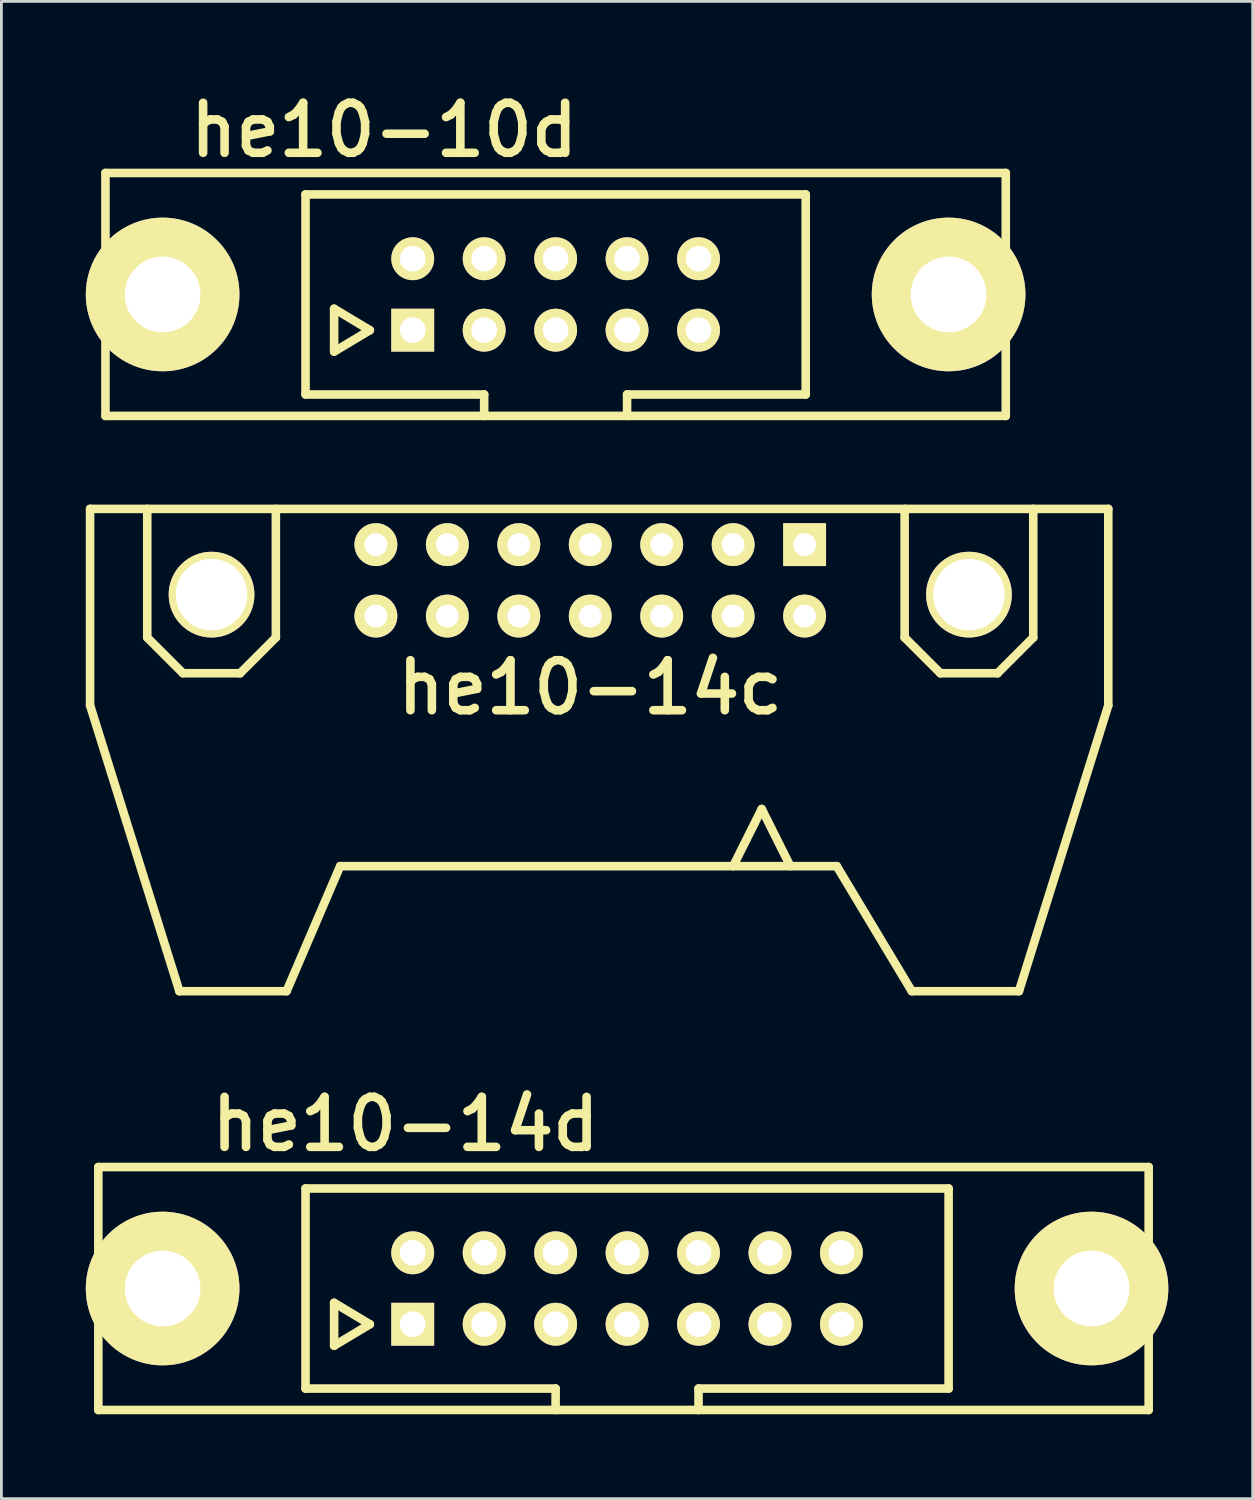
<source format=kicad_pcb>
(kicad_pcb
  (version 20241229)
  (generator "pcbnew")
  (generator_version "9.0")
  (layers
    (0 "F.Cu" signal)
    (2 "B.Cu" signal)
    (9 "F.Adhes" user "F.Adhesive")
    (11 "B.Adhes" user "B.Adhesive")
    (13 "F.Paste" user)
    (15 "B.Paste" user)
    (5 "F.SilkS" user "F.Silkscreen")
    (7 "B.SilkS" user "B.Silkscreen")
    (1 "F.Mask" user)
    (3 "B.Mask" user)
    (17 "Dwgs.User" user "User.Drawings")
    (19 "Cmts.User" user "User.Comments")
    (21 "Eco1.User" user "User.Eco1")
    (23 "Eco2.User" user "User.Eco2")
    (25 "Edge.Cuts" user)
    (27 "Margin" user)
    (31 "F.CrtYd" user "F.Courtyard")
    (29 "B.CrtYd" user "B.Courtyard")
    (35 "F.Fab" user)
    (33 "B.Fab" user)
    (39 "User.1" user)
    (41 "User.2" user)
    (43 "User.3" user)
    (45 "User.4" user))
  (footprint "he10-10d"
    (layer "F.Cu")
    (at 16.701 7.417)
    (property "Reference" "he10-10d" (at -6.096 -5.842 0) (layer "F.SilkS") (effects (font (size 1.778 1.778) (thickness 0.305))))
    (attr through_hole)
    (fp_line (start -16.002 -4.318) (end 16.002 -4.318) (stroke (width 0.305) (type solid)) (layer "F.SilkS"))
    (fp_line (start -16.002 4.318) (end -16.002 -4.318) (stroke (width 0.305) (type solid)) (layer "F.SilkS"))
    (fp_line (start -8.89 -3.556) (end 8.89 -3.556) (stroke (width 0.305) (type solid)) (layer "F.SilkS"))
    (fp_line (start -8.89 3.556) (end -8.89 -3.556) (stroke (width 0.305) (type solid)) (layer "F.SilkS"))
    (fp_line (start -7.874 0.508) (end -7.874 2.032) (stroke (width 0.305) (type solid)) (layer "F.SilkS"))
    (fp_line (start -7.874 2.032) (end -6.604 1.27) (stroke (width 0.305) (type solid)) (layer "F.SilkS"))
    (fp_line (start -6.604 1.27) (end -7.874 0.508) (stroke (width 0.305) (type solid)) (layer "F.SilkS"))
    (fp_line (start -2.54 3.556) (end -8.89 3.556) (stroke (width 0.305) (type solid)) (layer "F.SilkS"))
    (fp_line (start -2.54 4.318) (end -2.54 3.556) (stroke (width 0.305) (type solid)) (layer "F.SilkS"))
    (fp_line (start 2.54 3.556) (end 2.54 4.318) (stroke (width 0.305) (type solid)) (layer "F.SilkS"))
    (fp_line (start 8.89 3.556) (end 2.54 3.556) (stroke (width 0.305) (type solid)) (layer "F.SilkS"))
    (fp_line (start 8.89 3.556) (end 8.89 -3.556) (stroke (width 0.305) (type solid)) (layer "F.SilkS"))
    (fp_line (start 16.002 -4.318) (end 16.002 4.318) (stroke (width 0.305) (type solid)) (layer "F.SilkS"))
    (fp_line (start 16.002 4.318) (end -16.002 4.318) (stroke (width 0.305) (type solid)) (layer "F.SilkS"))
    (pad "" thru_hole circle (at -13.97 0) (size 5.461 5.461) (drill 2.692) (layers "*.Cu" "*.Mask" "F.SilkS"))
    (pad "" thru_hole circle (at 13.97 0) (size 5.461 5.461) (drill 2.692) (layers "*.Cu" "*.Mask" "F.SilkS"))
    (pad "1" thru_hole rect (at -5.08 1.27) (size 1.524 1.524) (drill 0.914) (layers "*.Cu" "*.Mask" "F.SilkS"))
    (pad "2" thru_hole circle (at -5.08 -1.27) (size 1.524 1.524) (drill 0.914) (layers "*.Cu" "*.Mask" "F.SilkS"))
    (pad "3" thru_hole circle (at -2.54 1.27) (size 1.524 1.524) (drill 0.914) (layers "*.Cu" "*.Mask" "F.SilkS"))
    (pad "4" thru_hole circle (at -2.54 -1.27) (size 1.524 1.524) (drill 0.914) (layers "*.Cu" "*.Mask" "F.SilkS"))
    (pad "5" thru_hole circle (at 0 1.27) (size 1.524 1.524) (drill 0.914) (layers "*.Cu" "*.Mask" "F.SilkS"))
    (pad "6" thru_hole circle (at 0 -1.27) (size 1.524 1.524) (drill 0.914) (layers "*.Cu" "*.Mask" "F.SilkS"))
    (pad "7" thru_hole circle (at 2.54 1.27) (size 1.524 1.524) (drill 0.914) (layers "*.Cu" "*.Mask" "F.SilkS"))
    (pad "8" thru_hole circle (at 2.54 -1.27) (size 1.524 1.524) (drill 0.914) (layers "*.Cu" "*.Mask" "F.SilkS"))
    (pad "9" thru_hole circle (at 5.08 1.27) (size 1.524 1.524) (drill 0.914) (layers "*.Cu" "*.Mask" "F.SilkS"))
    (pad "10" thru_hole circle (at 5.08 -1.27) (size 1.524 1.524) (drill 0.914) (layers "*.Cu" "*.Mask" "F.SilkS")))
  (footprint "he10-14d"
    (layer "F.Cu")
    (at 19.241 42.754)
    (property "Reference" "he10-14d" (at -7.874 -5.842 0) (layer "F.SilkS") (effects (font (size 1.778 1.778) (thickness 0.305))))
    (attr through_hole)
    (fp_line (start -18.796 -4.318) (end 18.542 -4.318) (stroke (width 0.305) (type solid)) (layer "F.SilkS"))
    (fp_line (start -18.796 4.318) (end -18.796 -4.318) (stroke (width 0.305) (type solid)) (layer "F.SilkS"))
    (fp_line (start -11.43 -3.556) (end 11.43 -3.556) (stroke (width 0.305) (type solid)) (layer "F.SilkS"))
    (fp_line (start -11.43 3.556) (end -11.43 -3.556) (stroke (width 0.305) (type solid)) (layer "F.SilkS"))
    (fp_line (start -10.414 0.508) (end -10.414 2.032) (stroke (width 0.305) (type solid)) (layer "F.SilkS"))
    (fp_line (start -10.414 2.032) (end -9.144 1.27) (stroke (width 0.305) (type solid)) (layer "F.SilkS"))
    (fp_line (start -9.144 1.27) (end -10.414 0.508) (stroke (width 0.305) (type solid)) (layer "F.SilkS"))
    (fp_line (start -2.54 3.556) (end -11.43 3.556) (stroke (width 0.305) (type solid)) (layer "F.SilkS"))
    (fp_line (start -2.54 4.318) (end -2.54 3.556) (stroke (width 0.305) (type solid)) (layer "F.SilkS"))
    (fp_line (start 2.54 3.556) (end 2.54 4.318) (stroke (width 0.305) (type solid)) (layer "F.SilkS"))
    (fp_line (start 11.43 -3.556) (end 11.43 3.556) (stroke (width 0.305) (type solid)) (layer "F.SilkS"))
    (fp_line (start 11.43 3.556) (end 2.54 3.556) (stroke (width 0.305) (type solid)) (layer "F.SilkS"))
    (fp_line (start 18.542 -4.318) (end 18.542 4.318) (stroke (width 0.305) (type solid)) (layer "F.SilkS"))
    (fp_line (start 18.542 4.318) (end -18.796 4.318) (stroke (width 0.305) (type solid)) (layer "F.SilkS"))
    (pad "0" thru_hole circle (at -16.51 0) (size 5.461 5.461) (drill 2.692) (layers "*.Cu" "*.Mask" "F.SilkS"))
    (pad "0" thru_hole circle (at 16.51 0) (size 5.461 5.461) (drill 2.692) (layers "*.Cu" "*.Mask" "F.SilkS"))
    (pad "1" thru_hole rect (at -7.62 1.27) (size 1.524 1.524) (drill 0.914) (layers "*.Cu" "*.Mask" "F.SilkS"))
    (pad "2" thru_hole circle (at -7.62 -1.27) (size 1.524 1.524) (drill 0.914) (layers "*.Cu" "*.Mask" "F.SilkS"))
    (pad "3" thru_hole circle (at -5.08 1.27) (size 1.524 1.524) (drill 0.914) (layers "*.Cu" "*.Mask" "F.SilkS"))
    (pad "4" thru_hole circle (at -5.08 -1.27) (size 1.524 1.524) (drill 0.914) (layers "*.Cu" "*.Mask" "F.SilkS"))
    (pad "5" thru_hole circle (at -2.54 1.27) (size 1.524 1.524) (drill 0.914) (layers "*.Cu" "*.Mask" "F.SilkS"))
    (pad "6" thru_hole circle (at -2.54 -1.27) (size 1.524 1.524) (drill 0.914) (layers "*.Cu" "*.Mask" "F.SilkS"))
    (pad "7" thru_hole circle (at 0 1.27) (size 1.524 1.524) (drill 0.914) (layers "*.Cu" "*.Mask" "F.SilkS"))
    (pad "8" thru_hole circle (at 0 -1.27) (size 1.524 1.524) (drill 0.914) (layers "*.Cu" "*.Mask" "F.SilkS"))
    (pad "9" thru_hole circle (at 2.54 1.27) (size 1.524 1.524) (drill 0.914) (layers "*.Cu" "*.Mask" "F.SilkS"))
    (pad "10" thru_hole circle (at 2.54 -1.27) (size 1.524 1.524) (drill 0.914) (layers "*.Cu" "*.Mask" "F.SilkS"))
    (pad "11" thru_hole circle (at 5.08 1.27) (size 1.524 1.524) (drill 0.914) (layers "*.Cu" "*.Mask" "F.SilkS"))
    (pad "12" thru_hole circle (at 5.08 -1.27) (size 1.524 1.524) (drill 0.914) (layers "*.Cu" "*.Mask" "F.SilkS"))
    (pad "13" thru_hole circle (at 7.62 1.27) (size 1.524 1.524) (drill 0.914) (layers "*.Cu" "*.Mask" "F.SilkS"))
    (pad "14" thru_hole circle (at 7.62 -1.27) (size 1.524 1.524) (drill 0.914) (layers "*.Cu" "*.Mask" "F.SilkS")))
  (footprint "he10-14c"
    (layer "F.Cu")
    (at 17.932 17.58)
    (property "Reference" "he10-14c" (at 0 3.81 0) (layer "F.SilkS") (effects (font (size 1.778 1.778) (thickness 0.305))))
    (attr through_hole)
    (fp_line (start -17.78 -2.54) (end -17.78 4.445) (stroke (width 0.305) (type solid)) (layer "F.SilkS"))
    (fp_line (start -17.78 -2.54) (end 18.415 -2.54) (stroke (width 0.305) (type solid)) (layer "F.SilkS"))
    (fp_line (start -17.78 4.445) (end -14.605 14.605) (stroke (width 0.305) (type solid)) (layer "F.SilkS"))
    (fp_line (start -15.748 2.032) (end -15.748 -2.54) (stroke (width 0.305) (type solid)) (layer "F.SilkS"))
    (fp_line (start -14.605 14.605) (end -10.795 14.605) (stroke (width 0.305) (type solid)) (layer "F.SilkS"))
    (fp_line (start -14.478 3.302) (end -15.748 2.032) (stroke (width 0.305) (type solid)) (layer "F.SilkS"))
    (fp_line (start -12.446 3.302) (end -14.478 3.302) (stroke (width 0.305) (type solid)) (layer "F.SilkS"))
    (fp_line (start -11.176 -2.54) (end -11.176 2.032) (stroke (width 0.305) (type solid)) (layer "F.SilkS"))
    (fp_line (start -11.176 2.032) (end -12.446 3.302) (stroke (width 0.305) (type solid)) (layer "F.SilkS"))
    (fp_line (start -10.795 14.605) (end -8.89 10.16) (stroke (width 0.305) (type solid)) (layer "F.SilkS"))
    (fp_line (start -8.89 10.16) (end 8.763 10.16) (stroke (width 0.305) (type solid)) (layer "F.SilkS"))
    (fp_line (start 6.096 8.128) (end 5.08 10.16) (stroke (width 0.305) (type solid)) (layer "F.SilkS"))
    (fp_line (start 7.112 10.16) (end 6.096 8.128) (stroke (width 0.305) (type solid)) (layer "F.SilkS"))
    (fp_line (start 11.176 2.032) (end 11.176 -2.54) (stroke (width 0.305) (type solid)) (layer "F.SilkS"))
    (fp_line (start 11.43 14.605) (end 8.763 10.16) (stroke (width 0.305) (type solid)) (layer "F.SilkS"))
    (fp_line (start 12.446 3.302) (end 11.176 2.032) (stroke (width 0.305) (type solid)) (layer "F.SilkS"))
    (fp_line (start 14.478 3.302) (end 12.446 3.302) (stroke (width 0.305) (type solid)) (layer "F.SilkS"))
    (fp_line (start 15.24 14.605) (end 11.43 14.605) (stroke (width 0.305) (type solid)) (layer "F.SilkS"))
    (fp_line (start 15.748 -2.54) (end 15.748 2.032) (stroke (width 0.305) (type solid)) (layer "F.SilkS"))
    (fp_line (start 15.748 2.032) (end 14.478 3.302) (stroke (width 0.305) (type solid)) (layer "F.SilkS"))
    (fp_line (start 18.415 -2.54) (end 18.415 4.445) (stroke (width 0.305) (type solid)) (layer "F.SilkS"))
    (fp_line (start 18.415 4.445) (end 15.24 14.605) (stroke (width 0.305) (type solid)) (layer "F.SilkS"))
    (pad "0" thru_hole circle (at -13.462 0.508) (size 3.048 3.048) (drill 2.54) (layers "*.Cu" "*.Mask" "F.SilkS"))
    (pad "0" thru_hole circle (at 13.462 0.508) (size 3.048 3.048) (drill 2.54) (layers "*.Cu" "*.Mask" "F.SilkS"))
    (pad "1" thru_hole rect (at 7.62 -1.27) (size 1.524 1.524) (drill 0.813) (layers "*.Cu" "*.Mask" "F.SilkS"))
    (pad "2" thru_hole circle (at 7.62 1.27) (size 1.524 1.524) (drill 0.813) (layers "*.Cu" "*.Mask" "F.SilkS"))
    (pad "3" thru_hole circle (at 5.08 -1.27) (size 1.524 1.524) (drill 0.813) (layers "*.Cu" "*.Mask" "F.SilkS"))
    (pad "4" thru_hole circle (at 5.08 1.27) (size 1.524 1.524) (drill 0.813) (layers "*.Cu" "*.Mask" "F.SilkS"))
    (pad "5" thru_hole circle (at 2.54 -1.27) (size 1.524 1.524) (drill 0.813) (layers "*.Cu" "*.Mask" "F.SilkS"))
    (pad "6" thru_hole circle (at 0 1.27) (size 1.524 1.524) (drill 0.813) (layers "*.Cu" "*.Mask" "F.SilkS"))
    (pad "7" thru_hole circle (at 0 -1.27) (size 1.524 1.524) (drill 0.813) (layers "*.Cu" "*.Mask" "F.SilkS"))
    (pad "8" thru_hole circle (at 2.54 1.27) (size 1.524 1.524) (drill 0.813) (layers "*.Cu" "*.Mask" "F.SilkS"))
    (pad "9" thru_hole circle (at -2.54 -1.27) (size 1.524 1.524) (drill 0.813) (layers "*.Cu" "*.Mask" "F.SilkS"))
    (pad "10" thru_hole circle (at -2.54 1.27) (size 1.524 1.524) (drill 0.813) (layers "*.Cu" "*.Mask" "F.SilkS"))
    (pad "11" thru_hole circle (at -5.08 -1.27) (size 1.524 1.524) (drill 0.813) (layers "*.Cu" "*.Mask" "F.SilkS"))
    (pad "12" thru_hole circle (at -5.08 1.27) (size 1.524 1.524) (drill 0.813) (layers "*.Cu" "*.Mask" "F.SilkS"))
    (pad "13" thru_hole circle (at -7.62 -1.27) (size 1.524 1.524) (drill 0.813) (layers "*.Cu" "*.Mask" "F.SilkS"))
    (pad "14" thru_hole circle (at -7.62 1.27) (size 1.524 1.524) (drill 0.813) (layers "*.Cu" "*.Mask" "F.SilkS")))
  (gr_rect
    (start -3 -3)
    (end 41.481 50.225)
    (stroke (width 0.1) (type default))
    (fill no)
    (layer "Edge.Cuts")))
</source>
